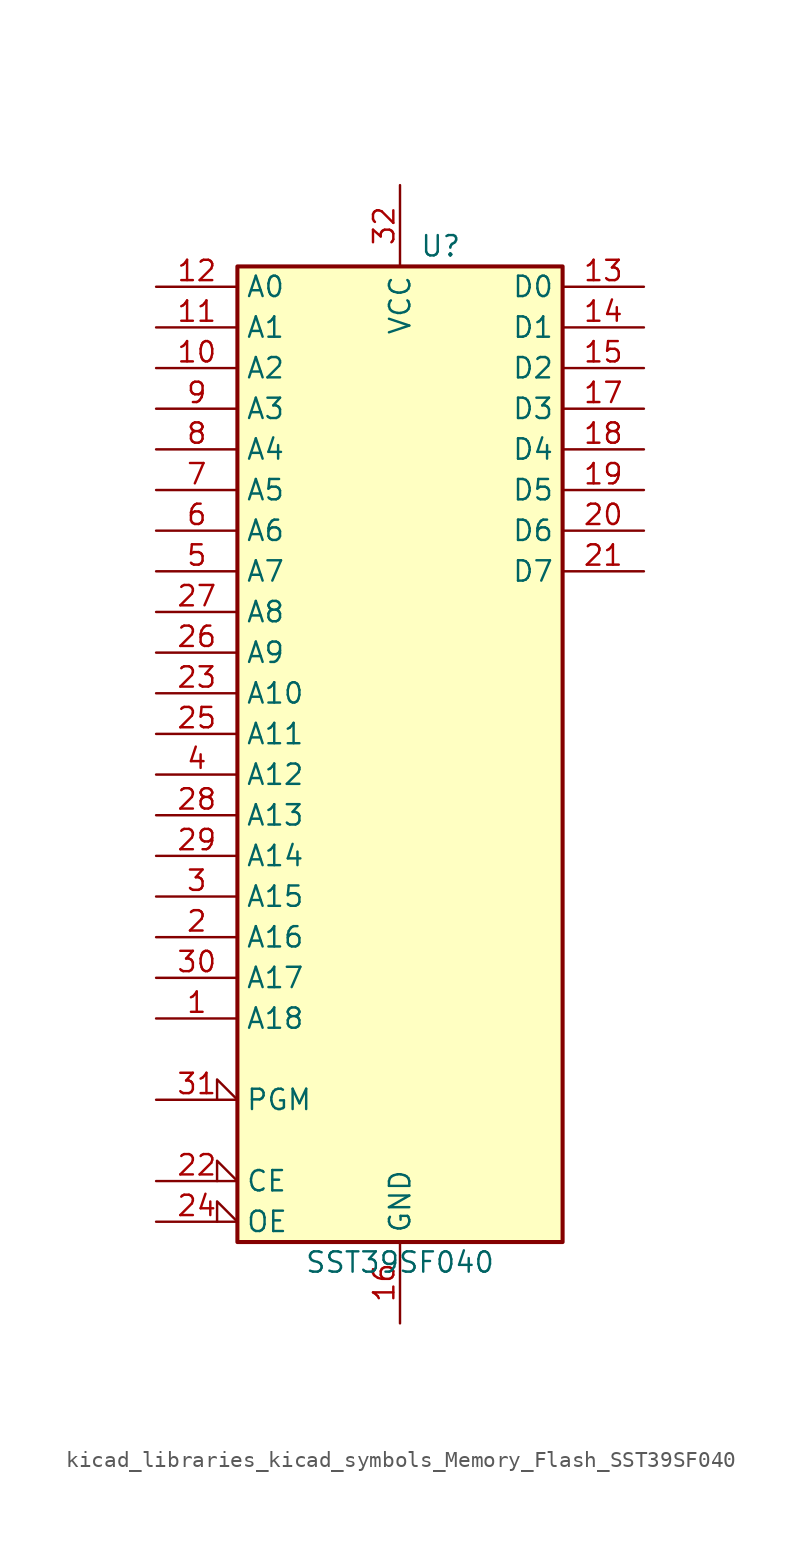
<source format=kicad_sym>
(kicad_symbol_lib
  (version 20220914)
  (generator kicad_symbol_editor)
  (symbol "kicad_libraries_kicad_symbols_Memory_Flash_SST39SF040"
    (property "Reference" "U"
      (at 2.54 33.02 0)
      (effects (font (size 1.27 1.27))))
    (property "Value" "SST39SF040"
      (at 0 -30.48 0)
      (effects (font (size 1.27 1.27))))
    (symbol "kicad_libraries_kicad_symbols_Memory_Flash_SST39SF040_0_0"
      (pin power_in line (at 0 -34.29 90) (length 5.08) (name "GND" (effects (font (size 1.27 1.27)))) (number "16" (effects (font (size 1.27 1.27)))))
      (pin power_in line (at 0 36.83 270) (length 5.08) (name "VCC" (effects (font (size 1.27 1.27)))) (number "32" (effects (font (size 1.27 1.27))))))
    (symbol "kicad_libraries_kicad_symbols_Memory_Flash_SST39SF040_0_1"
      (rectangle (start -10.16 31.75) (end 10.16 -29.21) (stroke (width 0.254) (type default)) (fill (type background))))
    (symbol "kicad_libraries_kicad_symbols_Memory_Flash_SST39SF040_1_1"
      (pin input line (at -15.24 -15.24 0) (length 5.08) (name "A18" (effects (font (size 1.27 1.27)))) (number "1" (effects (font (size 1.27 1.27)))))
      (pin input line (at -15.24 25.4 0) (length 5.08) (name "A2" (effects (font (size 1.27 1.27)))) (number "10" (effects (font (size 1.27 1.27)))))
      (pin input line (at -15.24 27.94 0) (length 5.08) (name "A1" (effects (font (size 1.27 1.27)))) (number "11" (effects (font (size 1.27 1.27)))))
      (pin input line (at -15.24 30.48 0) (length 5.08) (name "A0" (effects (font (size 1.27 1.27)))) (number "12" (effects (font (size 1.27 1.27)))))
      (pin tri_state line (at 15.24 30.48 180) (length 5.08) (name "D0" (effects (font (size 1.27 1.27)))) (number "13" (effects (font (size 1.27 1.27)))))
      (pin tri_state line (at 15.24 27.94 180) (length 5.08) (name "D1" (effects (font (size 1.27 1.27)))) (number "14" (effects (font (size 1.27 1.27)))))
      (pin tri_state line (at 15.24 25.4 180) (length 5.08) (name "D2" (effects (font (size 1.27 1.27)))) (number "15" (effects (font (size 1.27 1.27)))))
      (pin tri_state line (at 15.24 22.86 180) (length 5.08) (name "D3" (effects (font (size 1.27 1.27)))) (number "17" (effects (font (size 1.27 1.27)))))
      (pin tri_state line (at 15.24 20.32 180) (length 5.08) (name "D4" (effects (font (size 1.27 1.27)))) (number "18" (effects (font (size 1.27 1.27)))))
      (pin tri_state line (at 15.24 17.78 180) (length 5.08) (name "D5" (effects (font (size 1.27 1.27)))) (number "19" (effects (font (size 1.27 1.27)))))
      (pin input line (at -15.24 -10.16 0) (length 5.08) (name "A16" (effects (font (size 1.27 1.27)))) (number "2" (effects (font (size 1.27 1.27)))))
      (pin tri_state line (at 15.24 15.24 180) (length 5.08) (name "D6" (effects (font (size 1.27 1.27)))) (number "20" (effects (font (size 1.27 1.27)))))
      (pin tri_state line (at 15.24 12.7 180) (length 5.08) (name "D7" (effects (font (size 1.27 1.27)))) (number "21" (effects (font (size 1.27 1.27)))))
      (pin input input_low (at -15.24 -25.4 0) (length 5.08) (name "CE" (effects (font (size 1.27 1.27)))) (number "22" (effects (font (size 1.27 1.27)))))
      (pin input line (at -15.24 5.08 0) (length 5.08) (name "A10" (effects (font (size 1.27 1.27)))) (number "23" (effects (font (size 1.27 1.27)))))
      (pin input input_low (at -15.24 -27.94 0) (length 5.08) (name "OE" (effects (font (size 1.27 1.27)))) (number "24" (effects (font (size 1.27 1.27)))))
      (pin input line (at -15.24 2.54 0) (length 5.08) (name "A11" (effects (font (size 1.27 1.27)))) (number "25" (effects (font (size 1.27 1.27)))))
      (pin input line (at -15.24 7.62 0) (length 5.08) (name "A9" (effects (font (size 1.27 1.27)))) (number "26" (effects (font (size 1.27 1.27)))))
      (pin input line (at -15.24 10.16 0) (length 5.08) (name "A8" (effects (font (size 1.27 1.27)))) (number "27" (effects (font (size 1.27 1.27)))))
      (pin input line (at -15.24 -2.54 0) (length 5.08) (name "A13" (effects (font (size 1.27 1.27)))) (number "28" (effects (font (size 1.27 1.27)))))
      (pin input line (at -15.24 -5.08 0) (length 5.08) (name "A14" (effects (font (size 1.27 1.27)))) (number "29" (effects (font (size 1.27 1.27)))))
      (pin input line (at -15.24 -7.62 0) (length 5.08) (name "A15" (effects (font (size 1.27 1.27)))) (number "3" (effects (font (size 1.27 1.27)))))
      (pin input line (at -15.24 -12.7 0) (length 5.08) (name "A17" (effects (font (size 1.27 1.27)))) (number "30" (effects (font (size 1.27 1.27)))))
      (pin input input_low (at -15.24 -20.32 0) (length 5.08) (name "PGM" (effects (font (size 1.27 1.27)))) (number "31" (effects (font (size 1.27 1.27)))))
      (pin input line (at -15.24 0 0) (length 5.08) (name "A12" (effects (font (size 1.27 1.27)))) (number "4" (effects (font (size 1.27 1.27)))))
      (pin input line (at -15.24 12.7 0) (length 5.08) (name "A7" (effects (font (size 1.27 1.27)))) (number "5" (effects (font (size 1.27 1.27)))))
      (pin input line (at -15.24 15.24 0) (length 5.08) (name "A6" (effects (font (size 1.27 1.27)))) (number "6" (effects (font (size 1.27 1.27)))))
      (pin input line (at -15.24 17.78 0) (length 5.08) (name "A5" (effects (font (size 1.27 1.27)))) (number "7" (effects (font (size 1.27 1.27)))))
      (pin input line (at -15.24 20.32 0) (length 5.08) (name "A4" (effects (font (size 1.27 1.27)))) (number "8" (effects (font (size 1.27 1.27)))))
      (pin input line (at -15.24 22.86 0) (length 5.08) (name "A3" (effects (font (size 1.27 1.27)))) (number "9" (effects (font (size 1.27 1.27))))))))
</source>
